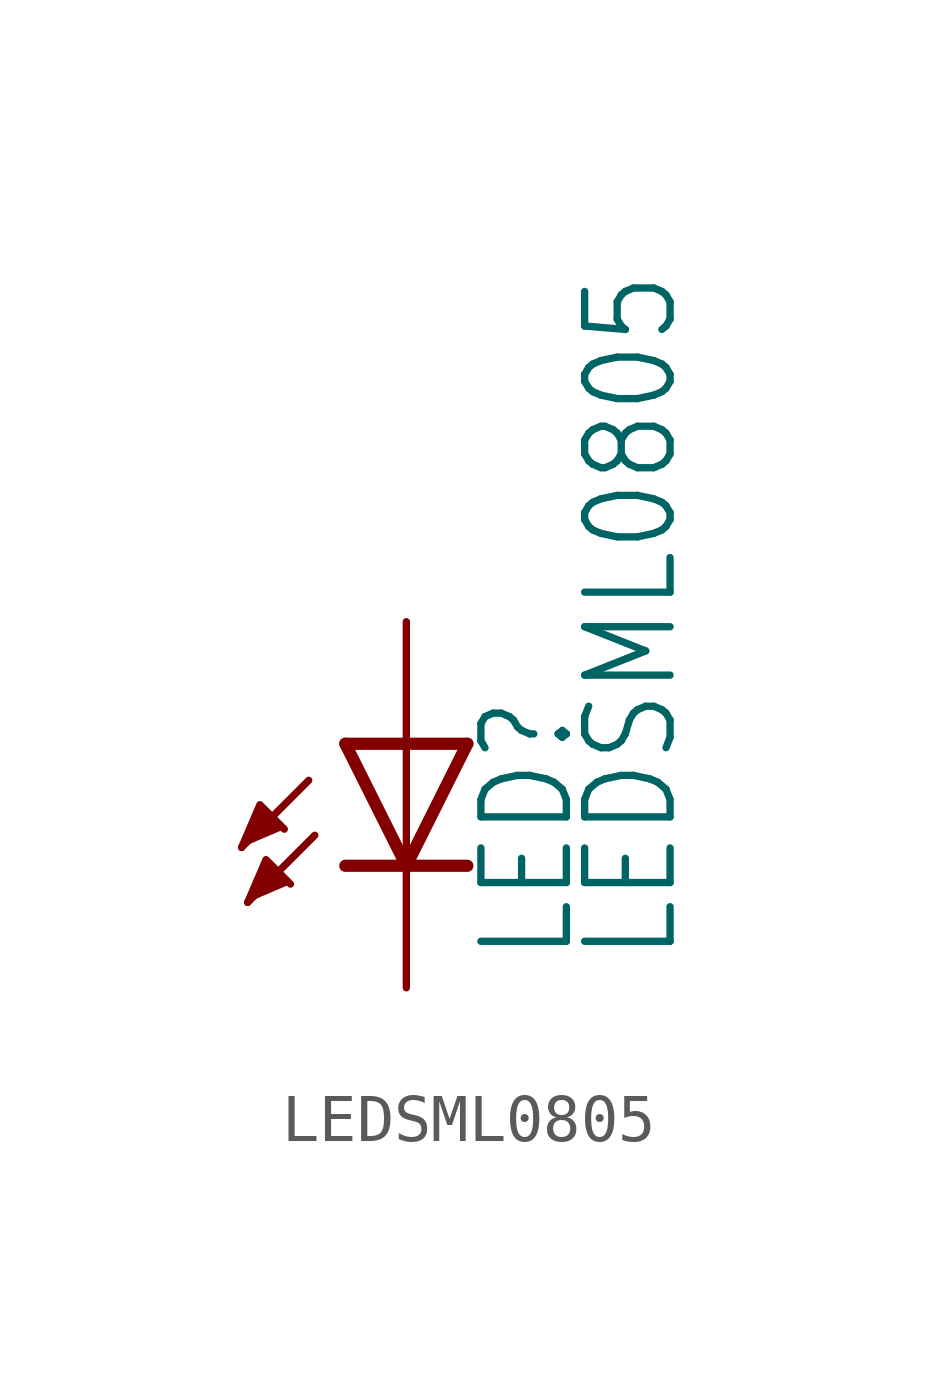
<source format=kicad_sym>
(kicad_symbol_lib
  (version 20201005)
  (generator kicad_symbol_editor)
  (symbol "LEDSML0805"
    (property "Reference" "LED"
      (at 3.556 -4.572 90)
      (effects (font (size 1.778 1.511)) (justify left bottom)))
    (property "Value" "LEDSML0805"
      (at 5.715 -4.572 90)
      (effects (font (size 1.778 1.511)) (justify left bottom)))
    (property "ki_locked" ""
      (at 0 0 0)
      (effects (font (size 1.27 1.27))))
    (symbol "LEDSML0805_1_0"
      (polyline (pts (xy 1.27 0) (xy 0 -2.54)) (stroke (width 0.254)) (fill (type none)))
      (polyline (pts (xy 0 -2.54) (xy -1.27 0)) (stroke (width 0.254)) (fill (type none)))
      (polyline (pts (xy 1.27 -2.54) (xy 0 -2.54)) (stroke (width 0.254)) (fill (type none)))
      (polyline (pts (xy 0 -2.54) (xy -1.27 -2.54)) (stroke (width 0.254)) (fill (type none)))
      (polyline (pts (xy 1.27 0) (xy 0 0)) (stroke (width 0.254)) (fill (type none)))
      (polyline (pts (xy 0 0) (xy -1.27 0)) (stroke (width 0.254)) (fill (type none)))
      (polyline (pts (xy 0 0) (xy 0 -2.54)) (stroke (width 0.152)) (fill (type none)))
      (polyline (pts (xy -2.032 -0.762) (xy -3.429 -2.159)) (stroke (width 0.152)) (fill (type none)))
      (polyline (pts (xy -1.905 -1.905) (xy -3.302 -3.302)) (stroke (width 0.152)) (fill (type none)))
      (polyline (pts (xy -3.429 -2.159) (xy -3.048 -1.27) (xy -2.54 -1.778)) (stroke (width 0)) (fill (type outline)))
      (polyline (pts (xy -3.302 -3.302) (xy -2.921 -2.413) (xy -2.413 -2.921)) (stroke (width 0)) (fill (type outline)))
      (pin passive line (at 0 -5.08 90) (length 2.54) (name "C" (effects (font (size 0 0)))) (number "C" (effects (font (size 0 0)))))
      (pin passive line (at 0 2.54 270) (length 2.54) (name "A" (effects (font (size 0 0)))) (number "A" (effects (font (size 0 0))))))))
</source>
